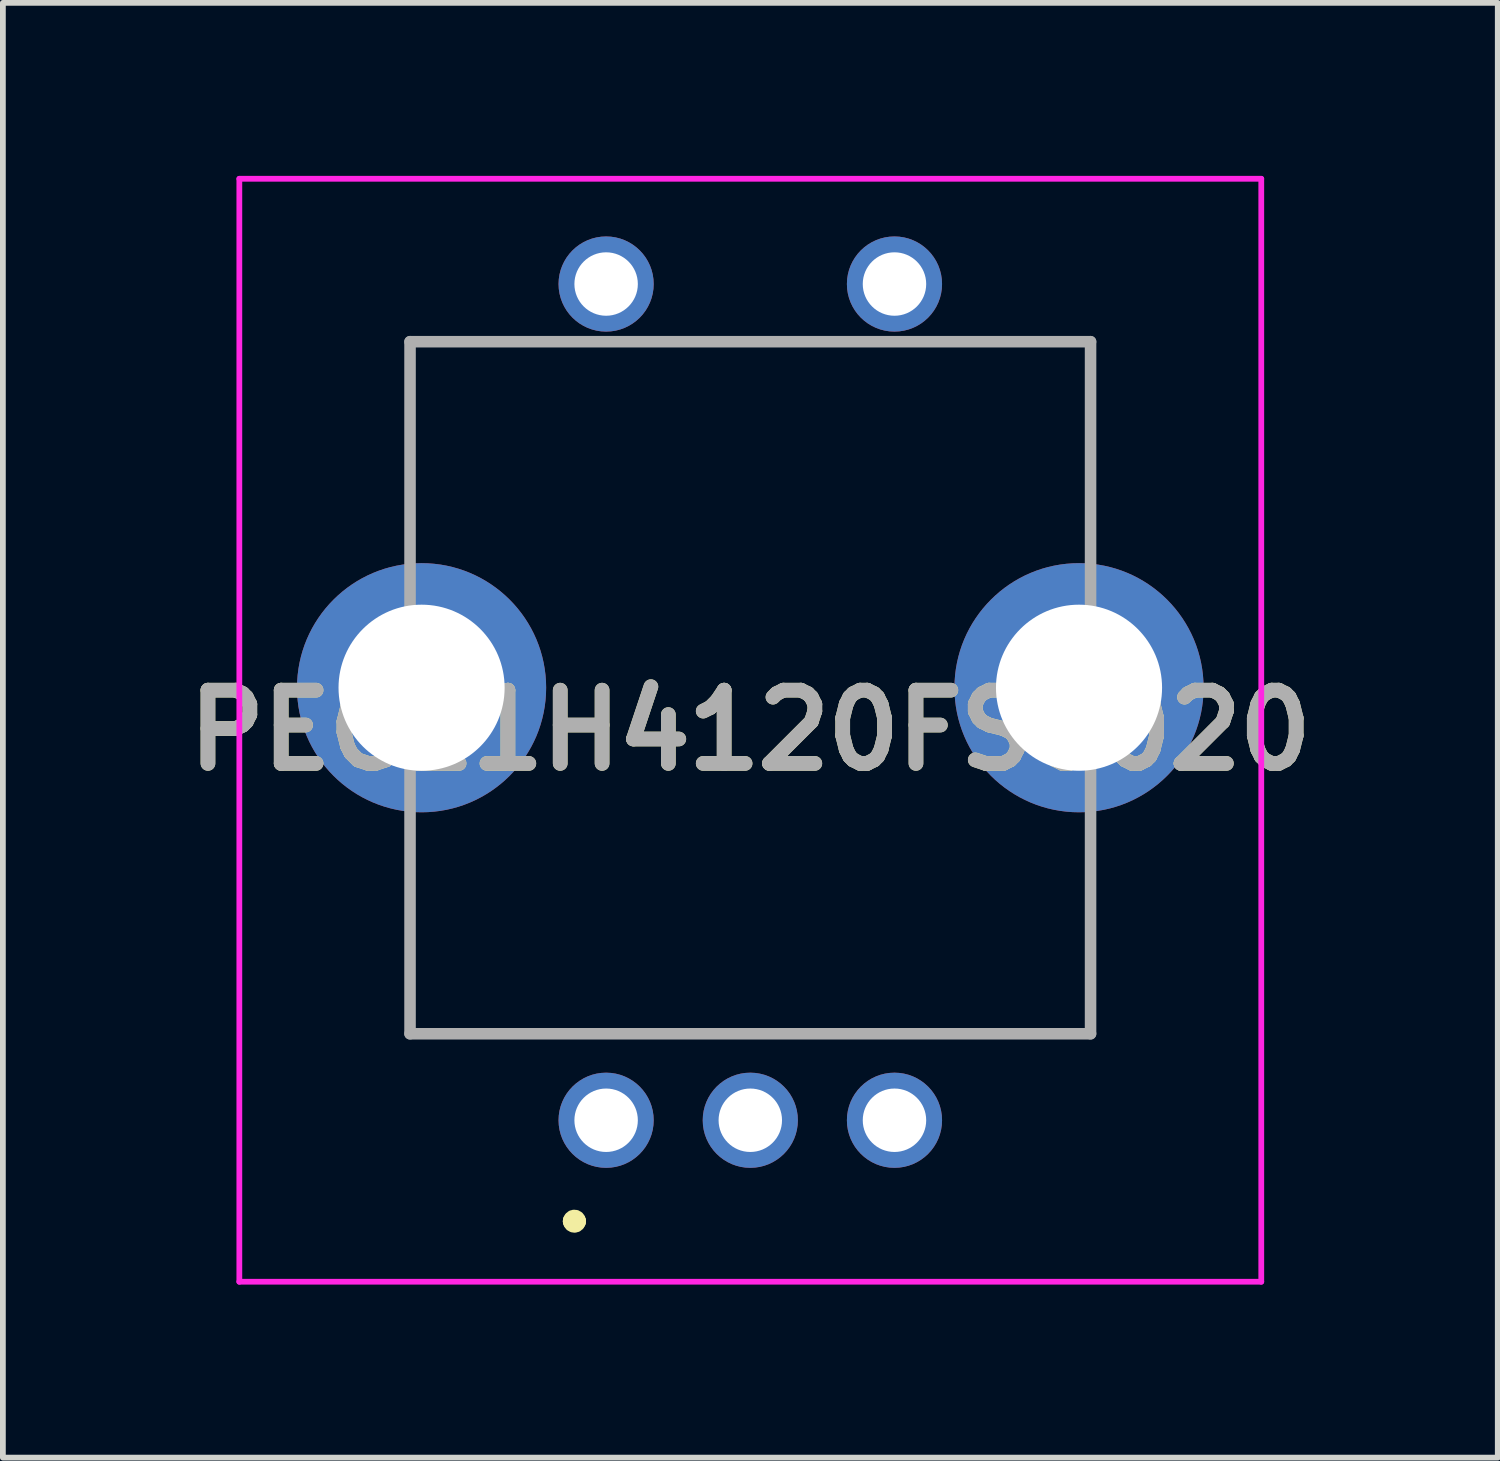
<source format=kicad_pcb>
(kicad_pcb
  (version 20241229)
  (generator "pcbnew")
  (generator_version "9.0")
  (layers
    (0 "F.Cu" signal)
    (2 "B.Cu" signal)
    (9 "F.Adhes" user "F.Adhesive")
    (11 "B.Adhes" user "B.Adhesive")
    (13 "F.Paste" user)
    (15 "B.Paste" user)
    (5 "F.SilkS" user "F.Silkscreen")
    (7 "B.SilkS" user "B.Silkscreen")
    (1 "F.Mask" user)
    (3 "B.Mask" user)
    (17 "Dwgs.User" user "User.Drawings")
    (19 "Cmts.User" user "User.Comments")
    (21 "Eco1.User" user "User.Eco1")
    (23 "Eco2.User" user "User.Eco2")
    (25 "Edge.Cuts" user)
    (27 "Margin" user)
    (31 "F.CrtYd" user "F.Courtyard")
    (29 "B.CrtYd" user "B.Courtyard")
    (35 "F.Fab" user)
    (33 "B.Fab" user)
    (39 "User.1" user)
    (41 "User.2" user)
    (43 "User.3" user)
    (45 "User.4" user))
  (footprint "PEC11H4120FS0020"
    (layer "F.Cu")
    (at 7.46 16.375)
    (property "Reference" "PEC11H4120FS0020" (at 2.5 -6.762 0) (layer "F.SilkS") (effects (font (size 1.27 1.27) (thickness 0.254))))
    (attr through_hole)
    (fp_line (start -3.4 -13.5) (end 8.4 -13.5) (stroke (width 0.1) (type solid)) (layer "F.SilkS"))
    (fp_line (start -3.4 -10.25) (end -3.4 -13.5) (stroke (width 0.1) (type solid)) (layer "F.SilkS"))
    (fp_line (start -3.4 -4.75) (end -3.4 -1.5) (stroke (width 0.1) (type solid)) (layer "F.SilkS"))
    (fp_line (start -3.4 -1.5) (end 8.4 -1.5) (stroke (width 0.1) (type solid)) (layer "F.SilkS"))
    (fp_line (start -0.6 1.75) (end -0.6 1.75) (stroke (width 0.3) (type solid)) (layer "F.SilkS"))
    (fp_line (start -0.5 1.75) (end -0.5 1.75) (stroke (width 0.3) (type solid)) (layer "F.SilkS"))
    (fp_line (start 8.4 -13.5) (end 8.4 -10.25) (stroke (width 0.1) (type solid)) (layer "F.SilkS"))
    (fp_line (start 8.4 -1.5) (end 8.4 -4.75) (stroke (width 0.1) (type solid)) (layer "F.SilkS"))
    (fp_arc (start -0.6 1.75) (mid -0.55 1.7) (end -0.5 1.75) (stroke (width 0.3) (type solid)) (layer "F.SilkS"))
    (fp_arc (start -0.5 1.75) (mid -0.55 1.8) (end -0.6 1.75) (stroke (width 0.3) (type solid)) (layer "F.SilkS"))
    (fp_line (start -6.36 -16.325) (end 11.36 -16.325) (stroke (width 0.1) (type solid)) (layer "F.CrtYd"))
    (fp_line (start -6.36 2.8) (end -6.36 -16.325) (stroke (width 0.1) (type solid)) (layer "F.CrtYd"))
    (fp_line (start 11.36 -16.325) (end 11.36 2.8) (stroke (width 0.1) (type solid)) (layer "F.CrtYd"))
    (fp_line (start 11.36 2.8) (end -6.36 2.8) (stroke (width 0.1) (type solid)) (layer "F.CrtYd"))
    (fp_line (start -3.4 -13.5) (end 8.4 -13.5) (stroke (width 0.2) (type solid)) (layer "F.Fab"))
    (fp_line (start -3.4 -1.5) (end -3.4 -13.5) (stroke (width 0.2) (type solid)) (layer "F.Fab"))
    (fp_line (start 8.4 -13.5) (end 8.4 -1.5) (stroke (width 0.2) (type solid)) (layer "F.Fab"))
    (fp_line (start 8.4 -1.5) (end -3.4 -1.5) (stroke (width 0.2) (type solid)) (layer "F.Fab"))
    (fp_text user "${REFERENCE}" (at 2.5 -6.762 0) (layer "F.Fab") (effects (font (size 1.27 1.27) (thickness 0.254))))
    (pad "A1" thru_hole circle (at 0 0) (size 1.65 1.65) (drill 1.1) (layers "*.Cu" "*.Mask"))
    (pad "B1" thru_hole circle (at 5 0) (size 1.65 1.65) (drill 1.1) (layers "*.Cu" "*.Mask"))
    (pad "C1" thru_hole circle (at 2.5 0) (size 1.65 1.65) (drill 1.1) (layers "*.Cu" "*.Mask"))
    (pad "MH1" thru_hole circle (at -3.2 -7.5) (size 4.32 4.32) (drill 2.88) (layers "*.Cu" "*.Mask"))
    (pad "MH2" thru_hole circle (at 8.2 -7.5) (size 4.32 4.32) (drill 2.88) (layers "*.Cu" "*.Mask"))
    (pad "S1" thru_hole circle (at 0 -14.5) (size 1.65 1.65) (drill 1.1) (layers "*.Cu" "*.Mask"))
    (pad "W1" thru_hole circle (at 5 -14.5) (size 1.65 1.65) (drill 1.1) (layers "*.Cu" "*.Mask")))
  (gr_rect
    (start -3 -3)
    (end 22.921 22.225)
    (stroke (width 0.1) (type default))
    (fill no)
    (layer "Edge.Cuts")))
</source>
